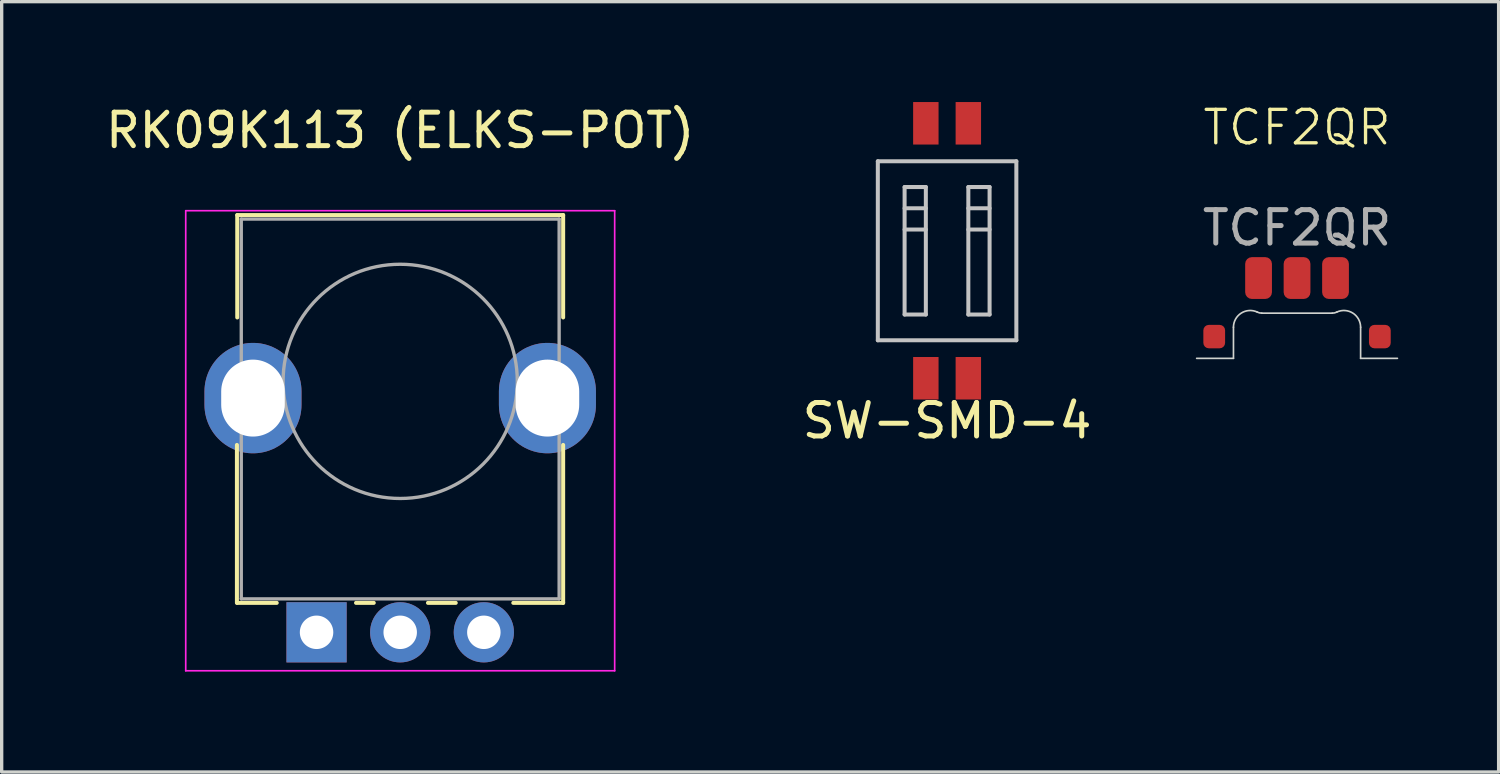
<source format=kicad_pcb>
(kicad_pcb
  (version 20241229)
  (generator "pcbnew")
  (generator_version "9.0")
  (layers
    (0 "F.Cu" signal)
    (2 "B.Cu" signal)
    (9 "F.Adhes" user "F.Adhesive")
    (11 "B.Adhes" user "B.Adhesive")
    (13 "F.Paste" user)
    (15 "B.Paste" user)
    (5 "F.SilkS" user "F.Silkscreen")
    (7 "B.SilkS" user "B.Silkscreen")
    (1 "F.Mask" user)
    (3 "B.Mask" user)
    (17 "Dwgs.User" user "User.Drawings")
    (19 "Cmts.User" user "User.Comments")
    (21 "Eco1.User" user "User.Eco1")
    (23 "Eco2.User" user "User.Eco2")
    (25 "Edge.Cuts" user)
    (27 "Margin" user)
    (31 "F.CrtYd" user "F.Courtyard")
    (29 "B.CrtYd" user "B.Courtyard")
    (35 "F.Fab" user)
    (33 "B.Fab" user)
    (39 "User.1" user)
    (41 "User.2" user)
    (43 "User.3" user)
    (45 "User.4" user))
  (footprint "RK09K113 (ELKS-POT)"
    (layer "F.Cu")
    (at 8.911 8.848)
    (property "Reference" "RK09K113 (ELKS-POT)" (at 0 -8 0) (unlocked yes) (layer "F.SilkS") (effects (font (size 1 1) (thickness 0.15))))
    (attr through_hole)
    (fp_line (start -4.88 6.12) (end -4.88 1.4) (stroke (width 0.12) (type solid)) (layer "F.SilkS"))
    (fp_line (start -4.87 -2.41) (end -4.87 -5.47) (stroke (width 0.12) (type solid)) (layer "F.SilkS"))
    (fp_line (start -3.69 6.12) (end -4.87 6.12) (stroke (width 0.12) (type solid)) (layer "F.SilkS"))
    (fp_line (start -0.79 6.12) (end -1.32 6.12) (stroke (width 0.12) (type solid)) (layer "F.SilkS"))
    (fp_line (start 1.66 6.12) (end 0.83 6.12) (stroke (width 0.12) (type solid)) (layer "F.SilkS"))
    (fp_line (start 4.87 -5.47) (end -4.87 -5.47) (stroke (width 0.12) (type solid)) (layer "F.SilkS"))
    (fp_line (start 4.87 -2.41) (end 4.87 -5.47) (stroke (width 0.12) (type solid)) (layer "F.SilkS"))
    (fp_line (start 4.87 6.12) (end 3.38 6.12) (stroke (width 0.12) (type solid)) (layer "F.SilkS"))
    (fp_line (start 4.87 6.12) (end 4.87 1.4) (stroke (width 0.12) (type solid)) (layer "F.SilkS"))
    (fp_line (start -6.41 -5.6) (end -6.41 8.15) (stroke (width 0.05) (type solid)) (layer "F.CrtYd"))
    (fp_line (start -6.41 8.15) (end 6.41 8.15) (stroke (width 0.05) (type solid)) (layer "F.CrtYd"))
    (fp_line (start 6.41 -5.6) (end -6.41 -5.6) (stroke (width 0.05) (type solid)) (layer "F.CrtYd"))
    (fp_line (start 6.41 8.15) (end 6.41 -5.6) (stroke (width 0.05) (type solid)) (layer "F.CrtYd"))
    (fp_line (start -4.75 6) (end -4.75 -5.35) (stroke (width 0.1) (type solid)) (layer "F.Fab"))
    (fp_line (start 4.75 -5.35) (end -4.75 -5.35) (stroke (width 0.1) (type solid)) (layer "F.Fab"))
    (fp_line (start 4.75 6) (end -4.75 6) (stroke (width 0.1) (type solid)) (layer "F.Fab"))
    (fp_line (start 4.75 6) (end 4.75 -5.35) (stroke (width 0.1) (type solid)) (layer "F.Fab"))
    (fp_circle (center 0 -0.5) (end -3.5 -0.5) (stroke (width 0.1) (type solid)) (fill no) (layer "F.Fab"))
    (pad "" thru_hole oval (at -4.4 0 180) (size 2.9 3.3) (drill oval 1.9 2.3) (layers "*.Cu" "*.Mask"))
    (pad "" thru_hole oval (at 4.4 0 180) (size 2.9 3.3) (drill oval 1.9 2.3) (layers "*.Cu" "*.Mask"))
    (pad "1" thru_hole rect (at -2.5 7 180) (size 1.8 1.8) (drill 1) (layers "*.Cu" "*.Mask"))
    (pad "2" thru_hole circle (at 0 7 180) (size 1.8 1.8) (drill 1) (layers "*.Cu" "*.Mask"))
    (pad "3" thru_hole circle (at 2.5 7 180) (size 1.8 1.8) (drill 1) (layers "*.Cu" "*.Mask")))
  (footprint "SW-SMD-4"
    (layer "F.Cu")
    (at 25.256 4.445)
    (property "Reference" "SW-SMD-4" (at 0 5.08 0) (layer "F.SilkS") (effects (font (size 1 1) (thickness 0.15))))
    (attr smd)
    (fp_line (start -2.07 -2.675) (end -2.07 2.675) (stroke (width 0.12) (type solid)) (layer "Dwgs.User"))
    (fp_line (start -1.27 -1.905) (end -1.27 1.905) (stroke (width 0.12) (type solid)) (layer "Dwgs.User"))
    (fp_line (start -1.27 -1.27) (end -0.635 -1.27) (stroke (width 0.12) (type solid)) (layer "Dwgs.User"))
    (fp_line (start -1.27 1.905) (end -0.635 1.905) (stroke (width 0.12) (type solid)) (layer "Dwgs.User"))
    (fp_line (start -0.635 -1.905) (end -1.27 -1.905) (stroke (width 0.12) (type solid)) (layer "Dwgs.User"))
    (fp_line (start -0.635 -0.635) (end -1.27 -0.635) (stroke (width 0.12) (type solid)) (layer "Dwgs.User"))
    (fp_line (start -0.635 1.905) (end -0.635 -1.905) (stroke (width 0.12) (type solid)) (layer "Dwgs.User"))
    (fp_line (start 0.635 -1.905) (end 0.635 1.905) (stroke (width 0.12) (type solid)) (layer "Dwgs.User"))
    (fp_line (start 0.635 -1.27) (end 1.27 -1.27) (stroke (width 0.12) (type solid)) (layer "Dwgs.User"))
    (fp_line (start 0.635 1.905) (end 1.27 1.905) (stroke (width 0.12) (type solid)) (layer "Dwgs.User"))
    (fp_line (start 1.27 -1.905) (end 0.635 -1.905) (stroke (width 0.12) (type solid)) (layer "Dwgs.User"))
    (fp_line (start 1.27 -0.635) (end 0.635 -0.635) (stroke (width 0.12) (type solid)) (layer "Dwgs.User"))
    (fp_line (start 1.27 1.905) (end 1.27 -1.905) (stroke (width 0.12) (type solid)) (layer "Dwgs.User"))
    (fp_line (start 2.07 -2.675) (end -2.07 -2.675) (stroke (width 0.12) (type solid)) (layer "Dwgs.User"))
    (fp_line (start 2.07 2.675) (end -2.07 2.675) (stroke (width 0.12) (type solid)) (layer "Dwgs.User"))
    (fp_line (start 2.07 2.675) (end 2.07 -2.675) (stroke (width 0.12) (type solid)) (layer "Dwgs.User"))
    (pad "1" smd rect (at -0.635 -3.81) (size 0.76 1.27) (layers "F.Cu" "F.Mask" "F.Paste"))
    (pad "2" smd rect (at 0.635 -3.81) (size 0.76 1.27) (layers "F.Cu" "F.Mask" "F.Paste"))
    (pad "3" smd rect (at 0.635 3.81) (size 0.76 1.27) (layers "F.Cu" "F.Mask" "F.Paste"))
    (pad "4" smd rect (at -0.635 3.81) (size 0.76 1.27) (layers "F.Cu" "F.Mask" "F.Paste")))
  (footprint "TCF2QR"
    (layer "F.Cu")
    (at 35.715 7.66)
    (property "Reference" "TCF2QR" (at 0 -6.9 0) (unlocked yes) (layer "F.SilkS") (effects (font (size 1 1) (thickness 0.1))))
    (attr smd)
    (fp_line (start -1.9 0) (end -3 0) (stroke (width 0.05) (type default)) (layer "Edge.Cuts"))
    (fp_line (start -1.9 0) (end -1.9 -0.93) (stroke (width 0.05) (type default)) (layer "Edge.Cuts"))
    (fp_line (start -1.053 -1.351) (end 1.053 -1.351) (stroke (width 0.05) (type default)) (layer "Edge.Cuts"))
    (fp_line (start 1.9 0) (end 1.9 -0.93) (stroke (width 0.05) (type default)) (layer "Edge.Cuts"))
    (fp_line (start 1.9 0) (end 3 0) (stroke (width 0.05) (type default)) (layer "Edge.Cuts"))
    (fp_arc (start -1.9 -0.93) (mid -1.670349 -1.350608) (end -1.192354 -1.384844) (stroke (width 0.05) (type default)) (layer "Edge.Cuts"))
    (fp_arc (start -1.0533 -1.350595) (mid -1.124905 -1.359284) (end -1.192354 -1.384845) (stroke (width 0.05) (type default)) (layer "Edge.Cuts"))
    (fp_arc (start 1.192354 -1.384845) (mid 1.124905 -1.359284) (end 1.0533 -1.350595) (stroke (width 0.05) (type default)) (layer "Edge.Cuts"))
    (fp_arc (start 1.192354 -1.384844) (mid 1.670349 -1.350608) (end 1.9 -0.93) (stroke (width 0.05) (type default)) (layer "Edge.Cuts"))
    (fp_text user "${REFERENCE}" (at 0 -3.9 0) (unlocked yes) (layer "F.Fab") (effects (font (size 1 1) (thickness 0.15))))
    (pad "0" smd roundrect (at -2.475 -0.65) (size 0.65 0.7) (layers "F.Cu" "F.Mask" "F.Paste") (roundrect_rratio 0.25))
    (pad "0" smd roundrect (at 2.475 -0.65) (size 0.65 0.7) (layers "F.Cu" "F.Mask" "F.Paste") (roundrect_rratio 0.25))
    (pad "1" smd roundrect (at -1.15 -2.4) (size 0.8 1.25) (layers "F.Cu" "F.Mask" "F.Paste") (roundrect_rratio 0.25))
    (pad "1" smd roundrect (at 1.15 -2.4) (size 0.8 1.25) (layers "F.Cu" "F.Mask" "F.Paste") (roundrect_rratio 0.25))
    (pad "2" smd roundrect (at 0 -2.4) (size 0.8 1.25) (layers "F.Cu" "F.Mask" "F.Paste") (roundrect_rratio 0.25)))
  (gr_rect
    (start -3 -3)
    (end 41.74 20.023)
    (stroke (width 0.1) (type default))
    (fill no)
    (layer "Edge.Cuts")))
</source>
